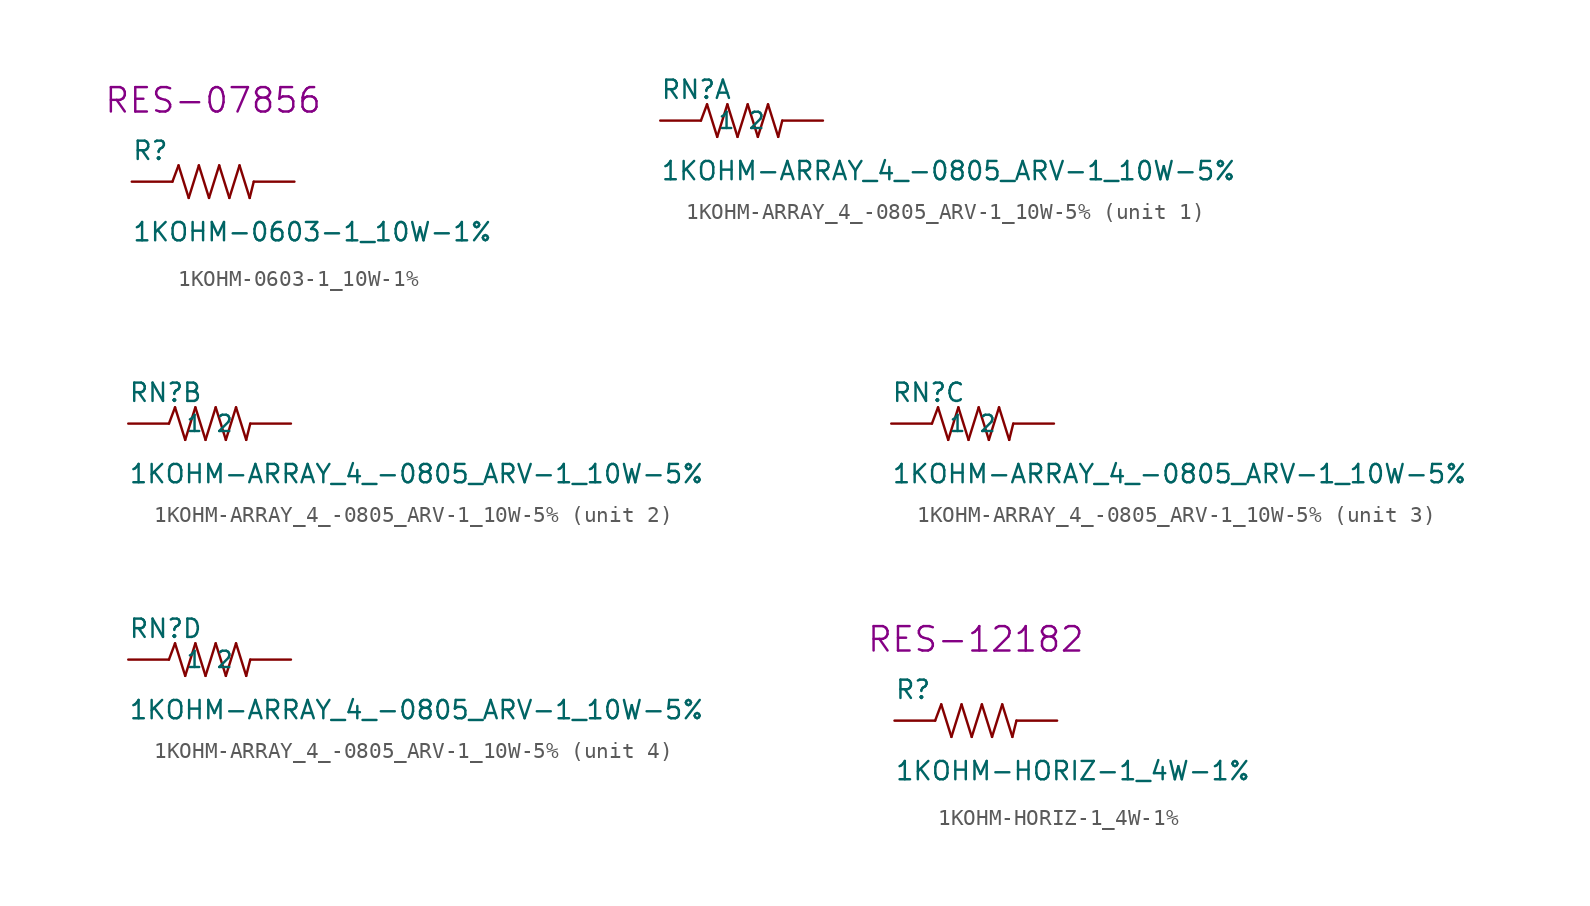
<source format=kicad_sym>
(kicad_symbol_lib
  (version 20211014)
  (generator kicad_symbol_editor)
  (symbol "1KOHM-0603-1_10W-1%"
    (pin_numbers hide)
    (pin_names
      (offset 1.016) hide)
    (property "Reference" "R"
      (at -5.08 1.27 0)
      (effects (font (size 1.143 1.143)) (justify left bottom)))
    (property "Value" "1KOHM-0603-1_10W-1%"
      (at -5.08 -3.81 0)
      (effects (font (size 1.143 1.143)) (justify left bottom)))
    (property "Field4" "RES-07856"
      (at 0 5.08 0)
      (effects (font (size 1.524 1.524))))
    (property "ki_locked" ""
      (at 0 0 0)
      (effects (font (size 1.27 1.27))))
    (symbol "1KOHM-0603-1_10W-1%_1_0"
      (polyline (pts (xy -2.54 0) (xy -2.159 1.016)) (stroke (width 0) (type default) (color 0 0 0 0)) (fill (type none)))
      (polyline (pts (xy -2.159 1.016) (xy -1.524 -1.016)) (stroke (width 0) (type default) (color 0 0 0 0)) (fill (type none)))
      (polyline (pts (xy -1.524 -1.016) (xy -0.889 1.016)) (stroke (width 0) (type default) (color 0 0 0 0)) (fill (type none)))
      (polyline (pts (xy -0.889 1.016) (xy -0.254 -1.016)) (stroke (width 0) (type default) (color 0 0 0 0)) (fill (type none)))
      (polyline (pts (xy -0.254 -1.016) (xy 0.381 1.016)) (stroke (width 0) (type default) (color 0 0 0 0)) (fill (type none)))
      (polyline (pts (xy 0.381 1.016) (xy 1.016 -1.016)) (stroke (width 0) (type default) (color 0 0 0 0)) (fill (type none)))
      (polyline (pts (xy 1.016 -1.016) (xy 1.651 1.016)) (stroke (width 0) (type default) (color 0 0 0 0)) (fill (type none)))
      (polyline (pts (xy 1.651 1.016) (xy 2.286 -1.016)) (stroke (width 0) (type default) (color 0 0 0 0)) (fill (type none)))
      (polyline (pts (xy 2.286 -1.016) (xy 2.54 0)) (stroke (width 0) (type default) (color 0 0 0 0)) (fill (type none))))
    (symbol "1KOHM-0603-1_10W-1%_1_1"
      (pin passive line (at -5.08 0 0) (length 2.54) (name "1" (effects (font (size 1.016 1.016)))) (number "1" (effects (font (size 1.016 1.016)))))
      (pin passive line (at 5.08 0 180) (length 2.54) (name "2" (effects (font (size 1.016 1.016)))) (number "2" (effects (font (size 1.016 1.016)))))))
  (symbol "1KOHM-ARRAY_4_-0805_ARV-1_10W-5%"
    (pin_numbers hide)
    (pin_names
      (offset 1.016))
    (property "Reference" "RN"
      (at -5.08 1.27 0)
      (effects (font (size 1.143 1.143)) (justify left bottom)))
    (property "Value" "1KOHM-ARRAY_4_-0805_ARV-1_10W-5%"
      (at -5.08 -3.81 0)
      (effects (font (size 1.143 1.143)) (justify left bottom)))
    (property "ki_locked" ""
      (at 0 0 0)
      (effects (font (size 1.27 1.27))))
    (symbol "1KOHM-ARRAY_4_-0805_ARV-1_10W-5%_1_0"
      (polyline (pts (xy -2.54 0) (xy -2.159 1.016)) (stroke (width 0) (type default) (color 0 0 0 0)) (fill (type none)))
      (polyline (pts (xy -2.159 1.016) (xy -1.524 -1.016)) (stroke (width 0) (type default) (color 0 0 0 0)) (fill (type none)))
      (polyline (pts (xy -1.524 -1.016) (xy -0.889 1.016)) (stroke (width 0) (type default) (color 0 0 0 0)) (fill (type none)))
      (polyline (pts (xy -0.889 1.016) (xy -0.254 -1.016)) (stroke (width 0) (type default) (color 0 0 0 0)) (fill (type none)))
      (polyline (pts (xy -0.254 -1.016) (xy 0.381 1.016)) (stroke (width 0) (type default) (color 0 0 0 0)) (fill (type none)))
      (polyline (pts (xy 0.381 1.016) (xy 1.016 -1.016)) (stroke (width 0) (type default) (color 0 0 0 0)) (fill (type none)))
      (polyline (pts (xy 1.016 -1.016) (xy 1.651 1.016)) (stroke (width 0) (type default) (color 0 0 0 0)) (fill (type none)))
      (polyline (pts (xy 1.651 1.016) (xy 2.286 -1.016)) (stroke (width 0) (type default) (color 0 0 0 0)) (fill (type none)))
      (polyline (pts (xy 2.286 -1.016) (xy 2.54 0)) (stroke (width 0) (type default) (color 0 0 0 0)) (fill (type none))))
    (symbol "1KOHM-ARRAY_4_-0805_ARV-1_10W-5%_1_1"
      (pin passive line (at -5.08 0 0) (length 2.54) (name "1" (effects (font (size 1.016 1.016)))) (number "1" (effects (font (size 1.016 1.016)))))
      (pin passive line (at 5.08 0 180) (length 2.54) (name "2" (effects (font (size 1.016 1.016)))) (number "8" (effects (font (size 1.016 1.016))))))
    (symbol "1KOHM-ARRAY_4_-0805_ARV-1_10W-5%_2_0"
      (polyline (pts (xy -2.54 0) (xy -2.159 1.016)) (stroke (width 0) (type default) (color 0 0 0 0)) (fill (type none)))
      (polyline (pts (xy -2.159 1.016) (xy -1.524 -1.016)) (stroke (width 0) (type default) (color 0 0 0 0)) (fill (type none)))
      (polyline (pts (xy -1.524 -1.016) (xy -0.889 1.016)) (stroke (width 0) (type default) (color 0 0 0 0)) (fill (type none)))
      (polyline (pts (xy -0.889 1.016) (xy -0.254 -1.016)) (stroke (width 0) (type default) (color 0 0 0 0)) (fill (type none)))
      (polyline (pts (xy -0.254 -1.016) (xy 0.381 1.016)) (stroke (width 0) (type default) (color 0 0 0 0)) (fill (type none)))
      (polyline (pts (xy 0.381 1.016) (xy 1.016 -1.016)) (stroke (width 0) (type default) (color 0 0 0 0)) (fill (type none)))
      (polyline (pts (xy 1.016 -1.016) (xy 1.651 1.016)) (stroke (width 0) (type default) (color 0 0 0 0)) (fill (type none)))
      (polyline (pts (xy 1.651 1.016) (xy 2.286 -1.016)) (stroke (width 0) (type default) (color 0 0 0 0)) (fill (type none)))
      (polyline (pts (xy 2.286 -1.016) (xy 2.54 0)) (stroke (width 0) (type default) (color 0 0 0 0)) (fill (type none))))
    (symbol "1KOHM-ARRAY_4_-0805_ARV-1_10W-5%_2_1"
      (pin passive line (at -5.08 0 0) (length 2.54) (name "1" (effects (font (size 1.016 1.016)))) (number "2" (effects (font (size 1.016 1.016)))))
      (pin passive line (at 5.08 0 180) (length 2.54) (name "2" (effects (font (size 1.016 1.016)))) (number "7" (effects (font (size 1.016 1.016))))))
    (symbol "1KOHM-ARRAY_4_-0805_ARV-1_10W-5%_3_0"
      (polyline (pts (xy -2.54 0) (xy -2.159 1.016)) (stroke (width 0) (type default) (color 0 0 0 0)) (fill (type none)))
      (polyline (pts (xy -2.159 1.016) (xy -1.524 -1.016)) (stroke (width 0) (type default) (color 0 0 0 0)) (fill (type none)))
      (polyline (pts (xy -1.524 -1.016) (xy -0.889 1.016)) (stroke (width 0) (type default) (color 0 0 0 0)) (fill (type none)))
      (polyline (pts (xy -0.889 1.016) (xy -0.254 -1.016)) (stroke (width 0) (type default) (color 0 0 0 0)) (fill (type none)))
      (polyline (pts (xy -0.254 -1.016) (xy 0.381 1.016)) (stroke (width 0) (type default) (color 0 0 0 0)) (fill (type none)))
      (polyline (pts (xy 0.381 1.016) (xy 1.016 -1.016)) (stroke (width 0) (type default) (color 0 0 0 0)) (fill (type none)))
      (polyline (pts (xy 1.016 -1.016) (xy 1.651 1.016)) (stroke (width 0) (type default) (color 0 0 0 0)) (fill (type none)))
      (polyline (pts (xy 1.651 1.016) (xy 2.286 -1.016)) (stroke (width 0) (type default) (color 0 0 0 0)) (fill (type none)))
      (polyline (pts (xy 2.286 -1.016) (xy 2.54 0)) (stroke (width 0) (type default) (color 0 0 0 0)) (fill (type none))))
    (symbol "1KOHM-ARRAY_4_-0805_ARV-1_10W-5%_3_1"
      (pin passive line (at -5.08 0 0) (length 2.54) (name "1" (effects (font (size 1.016 1.016)))) (number "3" (effects (font (size 1.016 1.016)))))
      (pin passive line (at 5.08 0 180) (length 2.54) (name "2" (effects (font (size 1.016 1.016)))) (number "6" (effects (font (size 1.016 1.016))))))
    (symbol "1KOHM-ARRAY_4_-0805_ARV-1_10W-5%_4_0"
      (polyline (pts (xy -2.54 0) (xy -2.159 1.016)) (stroke (width 0) (type default) (color 0 0 0 0)) (fill (type none)))
      (polyline (pts (xy -2.159 1.016) (xy -1.524 -1.016)) (stroke (width 0) (type default) (color 0 0 0 0)) (fill (type none)))
      (polyline (pts (xy -1.524 -1.016) (xy -0.889 1.016)) (stroke (width 0) (type default) (color 0 0 0 0)) (fill (type none)))
      (polyline (pts (xy -0.889 1.016) (xy -0.254 -1.016)) (stroke (width 0) (type default) (color 0 0 0 0)) (fill (type none)))
      (polyline (pts (xy -0.254 -1.016) (xy 0.381 1.016)) (stroke (width 0) (type default) (color 0 0 0 0)) (fill (type none)))
      (polyline (pts (xy 0.381 1.016) (xy 1.016 -1.016)) (stroke (width 0) (type default) (color 0 0 0 0)) (fill (type none)))
      (polyline (pts (xy 1.016 -1.016) (xy 1.651 1.016)) (stroke (width 0) (type default) (color 0 0 0 0)) (fill (type none)))
      (polyline (pts (xy 1.651 1.016) (xy 2.286 -1.016)) (stroke (width 0) (type default) (color 0 0 0 0)) (fill (type none)))
      (polyline (pts (xy 2.286 -1.016) (xy 2.54 0)) (stroke (width 0) (type default) (color 0 0 0 0)) (fill (type none))))
    (symbol "1KOHM-ARRAY_4_-0805_ARV-1_10W-5%_4_1"
      (pin passive line (at -5.08 0 0) (length 2.54) (name "1" (effects (font (size 1.016 1.016)))) (number "4" (effects (font (size 1.016 1.016)))))
      (pin passive line (at 5.08 0 180) (length 2.54) (name "2" (effects (font (size 1.016 1.016)))) (number "5" (effects (font (size 1.016 1.016)))))))
  (symbol "1KOHM-HORIZ-1_4W-1%"
    (pin_numbers hide)
    (pin_names
      (offset 1.016) hide)
    (property "Reference" "R"
      (at -5.08 1.27 0)
      (effects (font (size 1.143 1.143)) (justify left bottom)))
    (property "Value" "1KOHM-HORIZ-1_4W-1%"
      (at -5.08 -3.81 0)
      (effects (font (size 1.143 1.143)) (justify left bottom)))
    (property "Field4" "RES-12182"
      (at 0 5.08 0)
      (effects (font (size 1.524 1.524))))
    (property "ki_locked" ""
      (at 0 0 0)
      (effects (font (size 1.27 1.27))))
    (symbol "1KOHM-HORIZ-1_4W-1%_1_0"
      (polyline (pts (xy -2.54 0) (xy -2.159 1.016)) (stroke (width 0) (type default) (color 0 0 0 0)) (fill (type none)))
      (polyline (pts (xy -2.159 1.016) (xy -1.524 -1.016)) (stroke (width 0) (type default) (color 0 0 0 0)) (fill (type none)))
      (polyline (pts (xy -1.524 -1.016) (xy -0.889 1.016)) (stroke (width 0) (type default) (color 0 0 0 0)) (fill (type none)))
      (polyline (pts (xy -0.889 1.016) (xy -0.254 -1.016)) (stroke (width 0) (type default) (color 0 0 0 0)) (fill (type none)))
      (polyline (pts (xy -0.254 -1.016) (xy 0.381 1.016)) (stroke (width 0) (type default) (color 0 0 0 0)) (fill (type none)))
      (polyline (pts (xy 0.381 1.016) (xy 1.016 -1.016)) (stroke (width 0) (type default) (color 0 0 0 0)) (fill (type none)))
      (polyline (pts (xy 1.016 -1.016) (xy 1.651 1.016)) (stroke (width 0) (type default) (color 0 0 0 0)) (fill (type none)))
      (polyline (pts (xy 1.651 1.016) (xy 2.286 -1.016)) (stroke (width 0) (type default) (color 0 0 0 0)) (fill (type none)))
      (polyline (pts (xy 2.286 -1.016) (xy 2.54 0)) (stroke (width 0) (type default) (color 0 0 0 0)) (fill (type none))))
    (symbol "1KOHM-HORIZ-1_4W-1%_1_1"
      (pin passive line (at -5.08 0 0) (length 2.54) (name "1" (effects (font (size 1.016 1.016)))) (number "P$1" (effects (font (size 1.016 1.016)))))
      (pin passive line (at 5.08 0 180) (length 2.54) (name "2" (effects (font (size 1.016 1.016)))) (number "P$2" (effects (font (size 1.016 1.016))))))))
</source>
